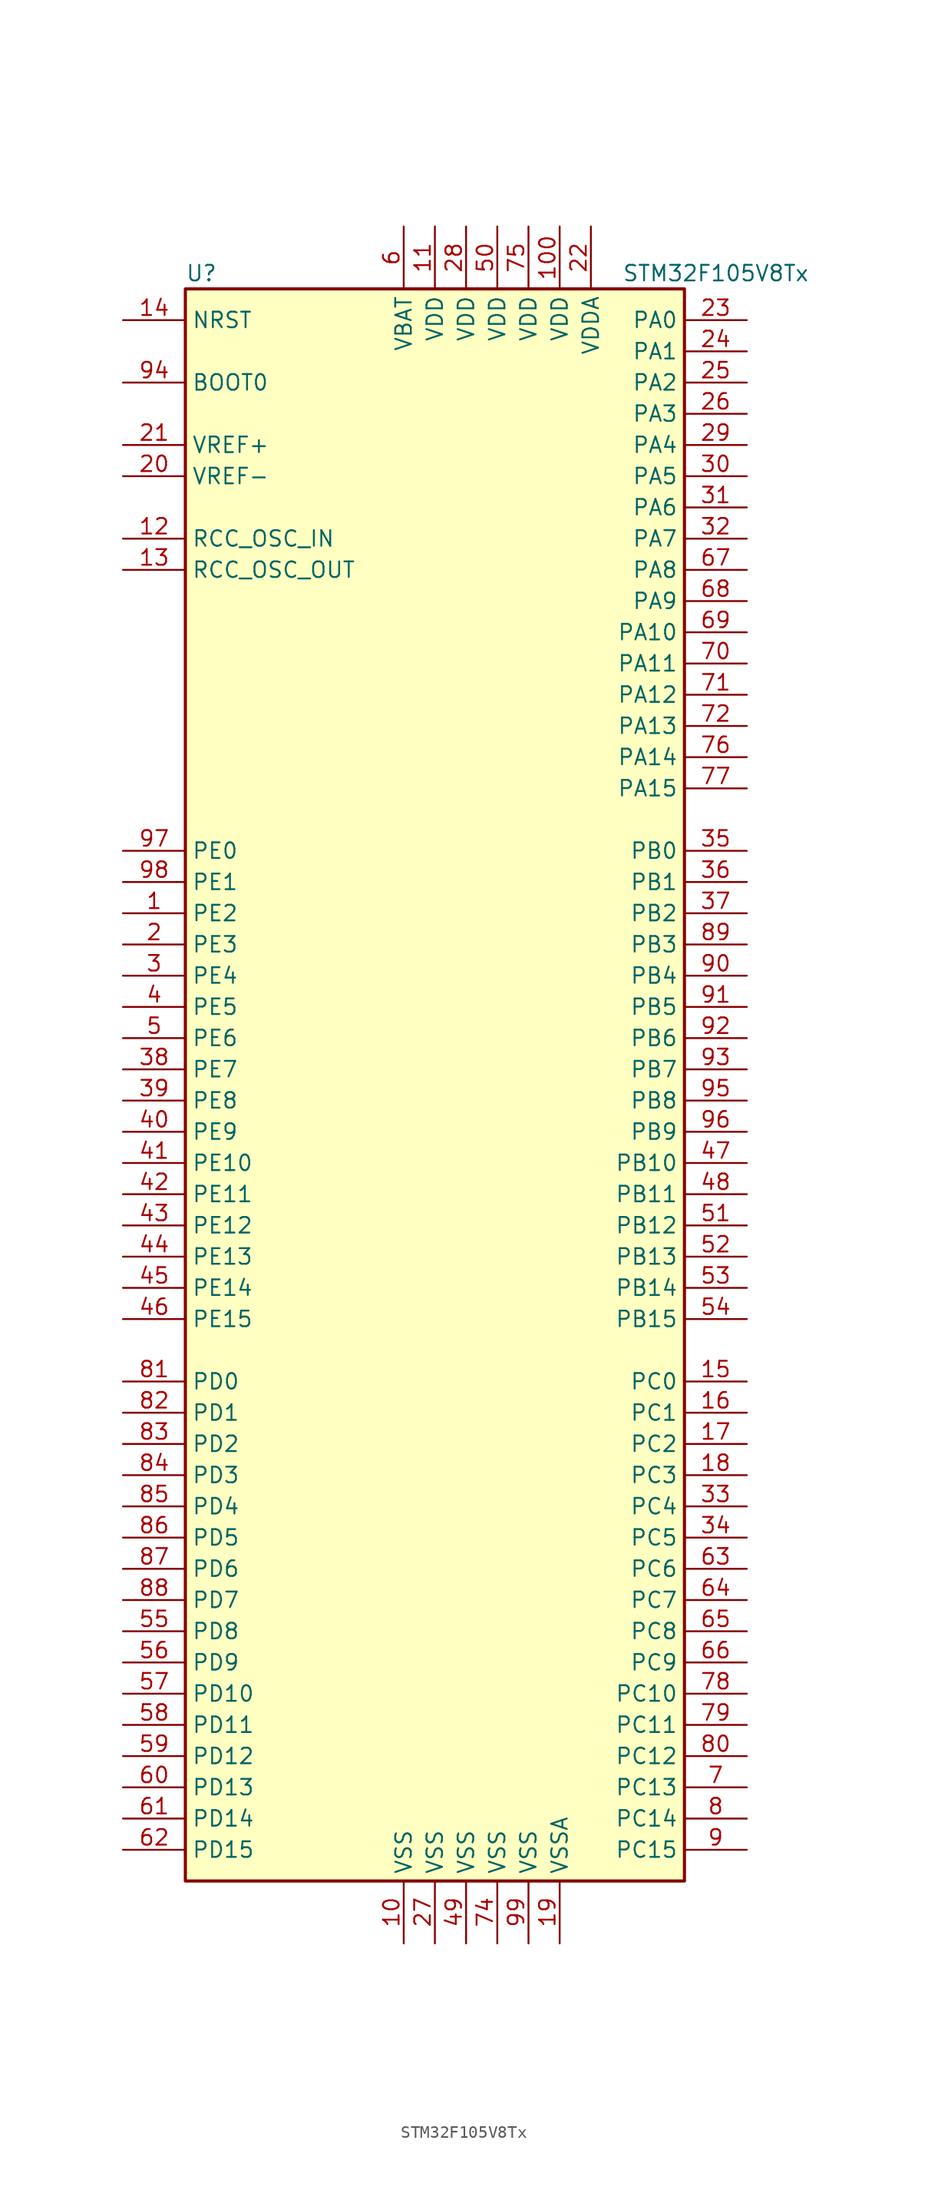
<source format=kicad_sym>
(kicad_symbol_lib
  (version 20201005)
  (generator kicad_symbol_editor)
  (symbol "MCU_ST_STM32F1:STM32F105V8Tx"
    (property "Reference" "U"
      (at -20.32 64.77 0)
      (effects (font (size 1.27 1.27)) (justify left)))
    (property "Value" "STM32F105V8Tx"
      (at 15.24 64.77 0)
      (effects (font (size 1.27 1.27)) (justify left)))
    (symbol "STM32F105V8Tx_0_1"
      (rectangle (start -20.32 -66.04) (end 20.32 63.5) (stroke (width 0.254)) (fill (type background))))
    (symbol "STM32F105V8Tx_1_1"
      (pin input line (at -25.4 55.88 0) (length 5.08) (name "BOOT0" (effects (font (size 1.27 1.27)))) (number "94" (effects (font (size 1.27 1.27)))))
      (pin no_connect line (at -20.32 -63.5 0) (length 5.08) hide (name "NC" (effects (font (size 1.27 1.27)))) (number "73" (effects (font (size 1.27 1.27)))))
      (pin input line (at -25.4 60.96 0) (length 5.08) (name "NRST" (effects (font (size 1.27 1.27)))) (number "14" (effects (font (size 1.27 1.27)))))
      (pin bidirectional line (at 25.4 60.96 180) (length 5.08) (name "PA0" (effects (font (size 1.27 1.27)))) (number "23" (effects (font (size 1.27 1.27)))))
      (pin bidirectional line (at 25.4 58.42 180) (length 5.08) (name "PA1" (effects (font (size 1.27 1.27)))) (number "24" (effects (font (size 1.27 1.27)))))
      (pin bidirectional line (at 25.4 35.56 180) (length 5.08) (name "PA10" (effects (font (size 1.27 1.27)))) (number "69" (effects (font (size 1.27 1.27)))))
      (pin bidirectional line (at 25.4 33.02 180) (length 5.08) (name "PA11" (effects (font (size 1.27 1.27)))) (number "70" (effects (font (size 1.27 1.27)))))
      (pin bidirectional line (at 25.4 30.48 180) (length 5.08) (name "PA12" (effects (font (size 1.27 1.27)))) (number "71" (effects (font (size 1.27 1.27)))))
      (pin bidirectional line (at 25.4 27.94 180) (length 5.08) (name "PA13" (effects (font (size 1.27 1.27)))) (number "72" (effects (font (size 1.27 1.27)))))
      (pin bidirectional line (at 25.4 25.4 180) (length 5.08) (name "PA14" (effects (font (size 1.27 1.27)))) (number "76" (effects (font (size 1.27 1.27)))))
      (pin bidirectional line (at 25.4 22.86 180) (length 5.08) (name "PA15" (effects (font (size 1.27 1.27)))) (number "77" (effects (font (size 1.27 1.27)))))
      (pin bidirectional line (at 25.4 55.88 180) (length 5.08) (name "PA2" (effects (font (size 1.27 1.27)))) (number "25" (effects (font (size 1.27 1.27)))))
      (pin bidirectional line (at 25.4 53.34 180) (length 5.08) (name "PA3" (effects (font (size 1.27 1.27)))) (number "26" (effects (font (size 1.27 1.27)))))
      (pin bidirectional line (at 25.4 50.8 180) (length 5.08) (name "PA4" (effects (font (size 1.27 1.27)))) (number "29" (effects (font (size 1.27 1.27)))))
      (pin bidirectional line (at 25.4 48.26 180) (length 5.08) (name "PA5" (effects (font (size 1.27 1.27)))) (number "30" (effects (font (size 1.27 1.27)))))
      (pin bidirectional line (at 25.4 45.72 180) (length 5.08) (name "PA6" (effects (font (size 1.27 1.27)))) (number "31" (effects (font (size 1.27 1.27)))))
      (pin bidirectional line (at 25.4 43.18 180) (length 5.08) (name "PA7" (effects (font (size 1.27 1.27)))) (number "32" (effects (font (size 1.27 1.27)))))
      (pin bidirectional line (at 25.4 40.64 180) (length 5.08) (name "PA8" (effects (font (size 1.27 1.27)))) (number "67" (effects (font (size 1.27 1.27)))))
      (pin bidirectional line (at 25.4 38.1 180) (length 5.08) (name "PA9" (effects (font (size 1.27 1.27)))) (number "68" (effects (font (size 1.27 1.27)))))
      (pin bidirectional line (at 25.4 17.78 180) (length 5.08) (name "PB0" (effects (font (size 1.27 1.27)))) (number "35" (effects (font (size 1.27 1.27)))))
      (pin bidirectional line (at 25.4 15.24 180) (length 5.08) (name "PB1" (effects (font (size 1.27 1.27)))) (number "36" (effects (font (size 1.27 1.27)))))
      (pin bidirectional line (at 25.4 -7.62 180) (length 5.08) (name "PB10" (effects (font (size 1.27 1.27)))) (number "47" (effects (font (size 1.27 1.27)))))
      (pin bidirectional line (at 25.4 -10.16 180) (length 5.08) (name "PB11" (effects (font (size 1.27 1.27)))) (number "48" (effects (font (size 1.27 1.27)))))
      (pin bidirectional line (at 25.4 -12.7 180) (length 5.08) (name "PB12" (effects (font (size 1.27 1.27)))) (number "51" (effects (font (size 1.27 1.27)))))
      (pin bidirectional line (at 25.4 -15.24 180) (length 5.08) (name "PB13" (effects (font (size 1.27 1.27)))) (number "52" (effects (font (size 1.27 1.27)))))
      (pin bidirectional line (at 25.4 -17.78 180) (length 5.08) (name "PB14" (effects (font (size 1.27 1.27)))) (number "53" (effects (font (size 1.27 1.27)))))
      (pin bidirectional line (at 25.4 -20.32 180) (length 5.08) (name "PB15" (effects (font (size 1.27 1.27)))) (number "54" (effects (font (size 1.27 1.27)))))
      (pin bidirectional line (at 25.4 12.7 180) (length 5.08) (name "PB2" (effects (font (size 1.27 1.27)))) (number "37" (effects (font (size 1.27 1.27)))))
      (pin bidirectional line (at 25.4 10.16 180) (length 5.08) (name "PB3" (effects (font (size 1.27 1.27)))) (number "89" (effects (font (size 1.27 1.27)))))
      (pin bidirectional line (at 25.4 7.62 180) (length 5.08) (name "PB4" (effects (font (size 1.27 1.27)))) (number "90" (effects (font (size 1.27 1.27)))))
      (pin bidirectional line (at 25.4 5.08 180) (length 5.08) (name "PB5" (effects (font (size 1.27 1.27)))) (number "91" (effects (font (size 1.27 1.27)))))
      (pin bidirectional line (at 25.4 2.54 180) (length 5.08) (name "PB6" (effects (font (size 1.27 1.27)))) (number "92" (effects (font (size 1.27 1.27)))))
      (pin bidirectional line (at 25.4 0 180) (length 5.08) (name "PB7" (effects (font (size 1.27 1.27)))) (number "93" (effects (font (size 1.27 1.27)))))
      (pin bidirectional line (at 25.4 -2.54 180) (length 5.08) (name "PB8" (effects (font (size 1.27 1.27)))) (number "95" (effects (font (size 1.27 1.27)))))
      (pin bidirectional line (at 25.4 -5.08 180) (length 5.08) (name "PB9" (effects (font (size 1.27 1.27)))) (number "96" (effects (font (size 1.27 1.27)))))
      (pin bidirectional line (at 25.4 -25.4 180) (length 5.08) (name "PC0" (effects (font (size 1.27 1.27)))) (number "15" (effects (font (size 1.27 1.27)))))
      (pin bidirectional line (at 25.4 -27.94 180) (length 5.08) (name "PC1" (effects (font (size 1.27 1.27)))) (number "16" (effects (font (size 1.27 1.27)))))
      (pin bidirectional line (at 25.4 -50.8 180) (length 5.08) (name "PC10" (effects (font (size 1.27 1.27)))) (number "78" (effects (font (size 1.27 1.27)))))
      (pin bidirectional line (at 25.4 -53.34 180) (length 5.08) (name "PC11" (effects (font (size 1.27 1.27)))) (number "79" (effects (font (size 1.27 1.27)))))
      (pin bidirectional line (at 25.4 -55.88 180) (length 5.08) (name "PC12" (effects (font (size 1.27 1.27)))) (number "80" (effects (font (size 1.27 1.27)))))
      (pin bidirectional line (at 25.4 -58.42 180) (length 5.08) (name "PC13" (effects (font (size 1.27 1.27)))) (number "7" (effects (font (size 1.27 1.27)))))
      (pin bidirectional line (at 25.4 -60.96 180) (length 5.08) (name "PC14" (effects (font (size 1.27 1.27)))) (number "8" (effects (font (size 1.27 1.27)))))
      (pin bidirectional line (at 25.4 -63.5 180) (length 5.08) (name "PC15" (effects (font (size 1.27 1.27)))) (number "9" (effects (font (size 1.27 1.27)))))
      (pin bidirectional line (at 25.4 -30.48 180) (length 5.08) (name "PC2" (effects (font (size 1.27 1.27)))) (number "17" (effects (font (size 1.27 1.27)))))
      (pin bidirectional line (at 25.4 -33.02 180) (length 5.08) (name "PC3" (effects (font (size 1.27 1.27)))) (number "18" (effects (font (size 1.27 1.27)))))
      (pin bidirectional line (at 25.4 -35.56 180) (length 5.08) (name "PC4" (effects (font (size 1.27 1.27)))) (number "33" (effects (font (size 1.27 1.27)))))
      (pin bidirectional line (at 25.4 -38.1 180) (length 5.08) (name "PC5" (effects (font (size 1.27 1.27)))) (number "34" (effects (font (size 1.27 1.27)))))
      (pin bidirectional line (at 25.4 -40.64 180) (length 5.08) (name "PC6" (effects (font (size 1.27 1.27)))) (number "63" (effects (font (size 1.27 1.27)))))
      (pin bidirectional line (at 25.4 -43.18 180) (length 5.08) (name "PC7" (effects (font (size 1.27 1.27)))) (number "64" (effects (font (size 1.27 1.27)))))
      (pin bidirectional line (at 25.4 -45.72 180) (length 5.08) (name "PC8" (effects (font (size 1.27 1.27)))) (number "65" (effects (font (size 1.27 1.27)))))
      (pin bidirectional line (at 25.4 -48.26 180) (length 5.08) (name "PC9" (effects (font (size 1.27 1.27)))) (number "66" (effects (font (size 1.27 1.27)))))
      (pin bidirectional line (at -25.4 -25.4 0) (length 5.08) (name "PD0" (effects (font (size 1.27 1.27)))) (number "81" (effects (font (size 1.27 1.27)))))
      (pin bidirectional line (at -25.4 -27.94 0) (length 5.08) (name "PD1" (effects (font (size 1.27 1.27)))) (number "82" (effects (font (size 1.27 1.27)))))
      (pin bidirectional line (at -25.4 -50.8 0) (length 5.08) (name "PD10" (effects (font (size 1.27 1.27)))) (number "57" (effects (font (size 1.27 1.27)))))
      (pin bidirectional line (at -25.4 -53.34 0) (length 5.08) (name "PD11" (effects (font (size 1.27 1.27)))) (number "58" (effects (font (size 1.27 1.27)))))
      (pin bidirectional line (at -25.4 -55.88 0) (length 5.08) (name "PD12" (effects (font (size 1.27 1.27)))) (number "59" (effects (font (size 1.27 1.27)))))
      (pin bidirectional line (at -25.4 -58.42 0) (length 5.08) (name "PD13" (effects (font (size 1.27 1.27)))) (number "60" (effects (font (size 1.27 1.27)))))
      (pin bidirectional line (at -25.4 -60.96 0) (length 5.08) (name "PD14" (effects (font (size 1.27 1.27)))) (number "61" (effects (font (size 1.27 1.27)))))
      (pin bidirectional line (at -25.4 -63.5 0) (length 5.08) (name "PD15" (effects (font (size 1.27 1.27)))) (number "62" (effects (font (size 1.27 1.27)))))
      (pin bidirectional line (at -25.4 -30.48 0) (length 5.08) (name "PD2" (effects (font (size 1.27 1.27)))) (number "83" (effects (font (size 1.27 1.27)))))
      (pin bidirectional line (at -25.4 -33.02 0) (length 5.08) (name "PD3" (effects (font (size 1.27 1.27)))) (number "84" (effects (font (size 1.27 1.27)))))
      (pin bidirectional line (at -25.4 -35.56 0) (length 5.08) (name "PD4" (effects (font (size 1.27 1.27)))) (number "85" (effects (font (size 1.27 1.27)))))
      (pin bidirectional line (at -25.4 -38.1 0) (length 5.08) (name "PD5" (effects (font (size 1.27 1.27)))) (number "86" (effects (font (size 1.27 1.27)))))
      (pin bidirectional line (at -25.4 -40.64 0) (length 5.08) (name "PD6" (effects (font (size 1.27 1.27)))) (number "87" (effects (font (size 1.27 1.27)))))
      (pin bidirectional line (at -25.4 -43.18 0) (length 5.08) (name "PD7" (effects (font (size 1.27 1.27)))) (number "88" (effects (font (size 1.27 1.27)))))
      (pin bidirectional line (at -25.4 -45.72 0) (length 5.08) (name "PD8" (effects (font (size 1.27 1.27)))) (number "55" (effects (font (size 1.27 1.27)))))
      (pin bidirectional line (at -25.4 -48.26 0) (length 5.08) (name "PD9" (effects (font (size 1.27 1.27)))) (number "56" (effects (font (size 1.27 1.27)))))
      (pin bidirectional line (at -25.4 17.78 0) (length 5.08) (name "PE0" (effects (font (size 1.27 1.27)))) (number "97" (effects (font (size 1.27 1.27)))))
      (pin bidirectional line (at -25.4 15.24 0) (length 5.08) (name "PE1" (effects (font (size 1.27 1.27)))) (number "98" (effects (font (size 1.27 1.27)))))
      (pin bidirectional line (at -25.4 -7.62 0) (length 5.08) (name "PE10" (effects (font (size 1.27 1.27)))) (number "41" (effects (font (size 1.27 1.27)))))
      (pin bidirectional line (at -25.4 -10.16 0) (length 5.08) (name "PE11" (effects (font (size 1.27 1.27)))) (number "42" (effects (font (size 1.27 1.27)))))
      (pin bidirectional line (at -25.4 -12.7 0) (length 5.08) (name "PE12" (effects (font (size 1.27 1.27)))) (number "43" (effects (font (size 1.27 1.27)))))
      (pin bidirectional line (at -25.4 -15.24 0) (length 5.08) (name "PE13" (effects (font (size 1.27 1.27)))) (number "44" (effects (font (size 1.27 1.27)))))
      (pin bidirectional line (at -25.4 -17.78 0) (length 5.08) (name "PE14" (effects (font (size 1.27 1.27)))) (number "45" (effects (font (size 1.27 1.27)))))
      (pin bidirectional line (at -25.4 -20.32 0) (length 5.08) (name "PE15" (effects (font (size 1.27 1.27)))) (number "46" (effects (font (size 1.27 1.27)))))
      (pin bidirectional line (at -25.4 12.7 0) (length 5.08) (name "PE2" (effects (font (size 1.27 1.27)))) (number "1" (effects (font (size 1.27 1.27)))))
      (pin bidirectional line (at -25.4 10.16 0) (length 5.08) (name "PE3" (effects (font (size 1.27 1.27)))) (number "2" (effects (font (size 1.27 1.27)))))
      (pin bidirectional line (at -25.4 7.62 0) (length 5.08) (name "PE4" (effects (font (size 1.27 1.27)))) (number "3" (effects (font (size 1.27 1.27)))))
      (pin bidirectional line (at -25.4 5.08 0) (length 5.08) (name "PE5" (effects (font (size 1.27 1.27)))) (number "4" (effects (font (size 1.27 1.27)))))
      (pin bidirectional line (at -25.4 2.54 0) (length 5.08) (name "PE6" (effects (font (size 1.27 1.27)))) (number "5" (effects (font (size 1.27 1.27)))))
      (pin bidirectional line (at -25.4 0 0) (length 5.08) (name "PE7" (effects (font (size 1.27 1.27)))) (number "38" (effects (font (size 1.27 1.27)))))
      (pin bidirectional line (at -25.4 -2.54 0) (length 5.08) (name "PE8" (effects (font (size 1.27 1.27)))) (number "39" (effects (font (size 1.27 1.27)))))
      (pin bidirectional line (at -25.4 -5.08 0) (length 5.08) (name "PE9" (effects (font (size 1.27 1.27)))) (number "40" (effects (font (size 1.27 1.27)))))
      (pin input line (at -25.4 43.18 0) (length 5.08) (name "RCC_OSC_IN" (effects (font (size 1.27 1.27)))) (number "12" (effects (font (size 1.27 1.27)))))
      (pin input line (at -25.4 40.64 0) (length 5.08) (name "RCC_OSC_OUT" (effects (font (size 1.27 1.27)))) (number "13" (effects (font (size 1.27 1.27)))))
      (pin power_in line (at -2.54 68.58 270) (length 5.08) (name "VBAT" (effects (font (size 1.27 1.27)))) (number "6" (effects (font (size 1.27 1.27)))))
      (pin power_in line (at 10.16 68.58 270) (length 5.08) (name "VDD" (effects (font (size 1.27 1.27)))) (number "100" (effects (font (size 1.27 1.27)))))
      (pin power_in line (at 0 68.58 270) (length 5.08) (name "VDD" (effects (font (size 1.27 1.27)))) (number "11" (effects (font (size 1.27 1.27)))))
      (pin power_in line (at 2.54 68.58 270) (length 5.08) (name "VDD" (effects (font (size 1.27 1.27)))) (number "28" (effects (font (size 1.27 1.27)))))
      (pin power_in line (at 5.08 68.58 270) (length 5.08) (name "VDD" (effects (font (size 1.27 1.27)))) (number "50" (effects (font (size 1.27 1.27)))))
      (pin power_in line (at 7.62 68.58 270) (length 5.08) (name "VDD" (effects (font (size 1.27 1.27)))) (number "75" (effects (font (size 1.27 1.27)))))
      (pin power_in line (at 12.7 68.58 270) (length 5.08) (name "VDDA" (effects (font (size 1.27 1.27)))) (number "22" (effects (font (size 1.27 1.27)))))
      (pin power_in line (at -25.4 50.8 0) (length 5.08) (name "VREF+" (effects (font (size 1.27 1.27)))) (number "21" (effects (font (size 1.27 1.27)))))
      (pin power_in line (at -25.4 48.26 0) (length 5.08) (name "VREF-" (effects (font (size 1.27 1.27)))) (number "20" (effects (font (size 1.27 1.27)))))
      (pin power_in line (at -2.54 -71.12 90) (length 5.08) (name "VSS" (effects (font (size 1.27 1.27)))) (number "10" (effects (font (size 1.27 1.27)))))
      (pin power_in line (at 0 -71.12 90) (length 5.08) (name "VSS" (effects (font (size 1.27 1.27)))) (number "27" (effects (font (size 1.27 1.27)))))
      (pin power_in line (at 2.54 -71.12 90) (length 5.08) (name "VSS" (effects (font (size 1.27 1.27)))) (number "49" (effects (font (size 1.27 1.27)))))
      (pin power_in line (at 5.08 -71.12 90) (length 5.08) (name "VSS" (effects (font (size 1.27 1.27)))) (number "74" (effects (font (size 1.27 1.27)))))
      (pin power_in line (at 7.62 -71.12 90) (length 5.08) (name "VSS" (effects (font (size 1.27 1.27)))) (number "99" (effects (font (size 1.27 1.27)))))
      (pin power_in line (at 10.16 -71.12 90) (length 5.08) (name "VSSA" (effects (font (size 1.27 1.27)))) (number "19" (effects (font (size 1.27 1.27))))))))
</source>
